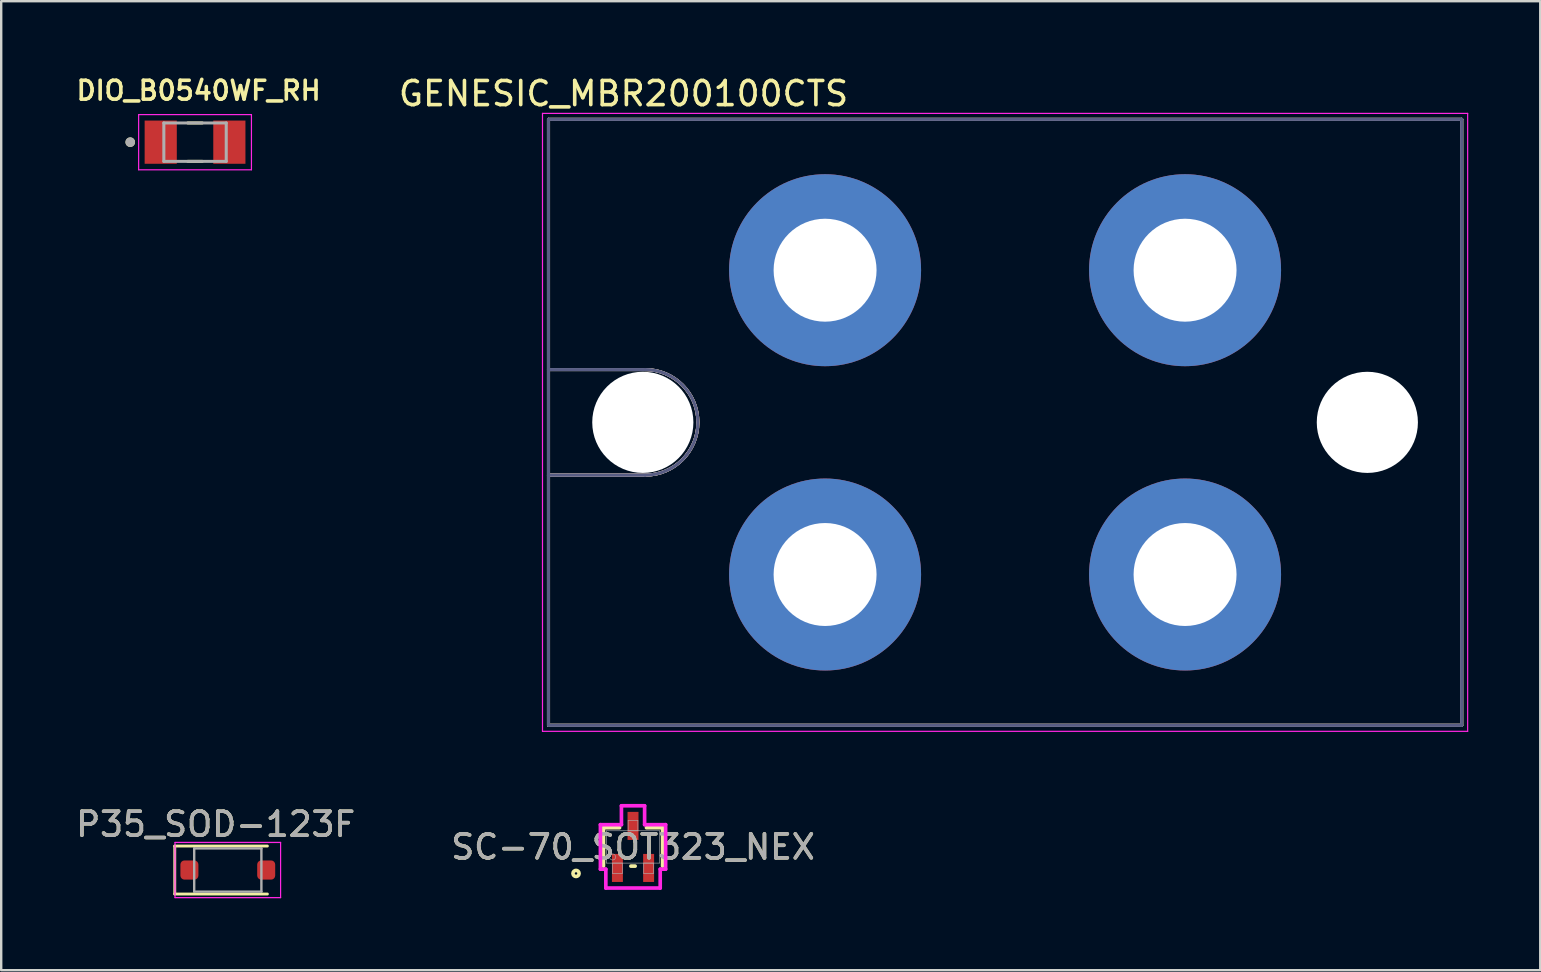
<source format=kicad_pcb>
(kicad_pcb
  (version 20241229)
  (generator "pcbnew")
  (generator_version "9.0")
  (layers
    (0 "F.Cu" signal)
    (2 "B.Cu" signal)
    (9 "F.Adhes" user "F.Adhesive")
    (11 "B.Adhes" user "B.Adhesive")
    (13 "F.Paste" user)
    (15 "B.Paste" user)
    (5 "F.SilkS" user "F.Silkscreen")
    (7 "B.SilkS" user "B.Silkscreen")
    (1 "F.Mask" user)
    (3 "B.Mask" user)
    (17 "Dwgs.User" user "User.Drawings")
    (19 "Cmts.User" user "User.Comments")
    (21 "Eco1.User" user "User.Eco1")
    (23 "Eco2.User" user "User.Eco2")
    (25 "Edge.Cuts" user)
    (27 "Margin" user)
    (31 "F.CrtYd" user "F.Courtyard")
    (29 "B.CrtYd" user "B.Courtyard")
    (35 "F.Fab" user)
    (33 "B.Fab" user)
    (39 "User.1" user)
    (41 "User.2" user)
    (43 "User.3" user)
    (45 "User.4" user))
  (footprint "DIO_B0540WF_RH"
    (layer "F.Cu")
    (at 5.077 2.874)
    (property "Reference" "DIO_B0540WF_RH" (at 0.15 -2.15 0) (layer "F.SilkS") (effects (font (size 0.787 0.787) (thickness 0.15))))
    (attr smd)
    (fp_line (start 0.3 -0.8) (end -0.3 -0.8) (stroke (width 0.127) (type solid)) (layer "F.SilkS"))
    (fp_line (start 0.3 0.8) (end -0.3 0.8) (stroke (width 0.127) (type solid)) (layer "F.SilkS"))
    (fp_circle (center -2.7 0) (end -2.6 0) (stroke (width 0.2) (type solid)) (fill no) (layer "F.SilkS"))
    (fp_line (start -2.35 -1.15) (end -2.35 1.15) (stroke (width 0.05) (type solid)) (layer "F.CrtYd"))
    (fp_line (start -2.35 1.15) (end 2.35 1.15) (stroke (width 0.05) (type solid)) (layer "F.CrtYd"))
    (fp_line (start 2.35 -1.15) (end -2.35 -1.15) (stroke (width 0.05) (type solid)) (layer "F.CrtYd"))
    (fp_line (start 2.35 1.15) (end 2.35 -1.15) (stroke (width 0.05) (type solid)) (layer "F.CrtYd"))
    (fp_line (start -1.3 -0.8) (end -1.3 0.8) (stroke (width 0.127) (type solid)) (layer "F.Fab"))
    (fp_line (start -1.3 0.8) (end 1.3 0.8) (stroke (width 0.127) (type solid)) (layer "F.Fab"))
    (fp_line (start 1.3 -0.8) (end -1.3 -0.8) (stroke (width 0.127) (type solid)) (layer "F.Fab"))
    (fp_line (start 1.3 0.8) (end 1.3 -0.8) (stroke (width 0.127) (type solid)) (layer "F.Fab"))
    (fp_circle (center -2.7 0) (end -2.6 0) (stroke (width 0.2) (type solid)) (fill no) (layer "F.Fab"))
    (pad "A" smd rect (at 1.43 0) (size 1.34 1.8) (layers "F.Cu" "F.Mask" "F.Paste"))
    (pad "C" smd rect (at -1.43 0) (size 1.34 1.8) (layers "F.Cu" "F.Mask" "F.Paste")))
  (footprint "P35_SOD-123F "
    (layer "F.Cu")
    (at 6.442 33.203)
    (property "Reference" "P35_SOD-123F " (at -0.127 -1.905 0) (layer "F.SilkS") (effects (font (size 1 1) (thickness 0.15))))
    (attr smd)
    (fp_line (start -2.21 -1) (end -2.21 1) (stroke (width 0.12) (type solid)) (layer "F.SilkS"))
    (fp_line (start -2.21 -1) (end 1.65 -1) (stroke (width 0.12) (type solid)) (layer "F.SilkS"))
    (fp_line (start -2.21 1) (end 1.65 1) (stroke (width 0.12) (type solid)) (layer "F.SilkS"))
    (fp_line (start -2.2 -1.15) (end -2.2 1.15) (stroke (width 0.05) (type solid)) (layer "F.CrtYd"))
    (fp_line (start -2.2 -1.15) (end 2.2 -1.15) (stroke (width 0.05) (type solid)) (layer "F.CrtYd"))
    (fp_line (start 2.2 -1.15) (end 2.2 1.15) (stroke (width 0.05) (type solid)) (layer "F.CrtYd"))
    (fp_line (start 2.2 1.15) (end -2.2 1.15) (stroke (width 0.05) (type solid)) (layer "F.CrtYd"))
    (fp_line (start -1.4 -0.9) (end 1.4 -0.9) (stroke (width 0.1) (type solid)) (layer "F.Fab"))
    (fp_line (start -1.4 0.9) (end -1.4 -0.9) (stroke (width 0.1) (type solid)) (layer "F.Fab"))
    (fp_line (start 1.4 -0.9) (end 1.4 0.9) (stroke (width 0.1) (type solid)) (layer "F.Fab"))
    (fp_line (start 1.4 0.9) (end -1.4 0.9) (stroke (width 0.1) (type solid)) (layer "F.Fab"))
    (fp_text user "${REFERENCE}" (at -0.127 -1.905 0) (layer "F.Fab") (effects (font (size 1 1) (thickness 0.15))))
    (pad "1" smd roundrect (at -1.6 0) (size 0.75 0.8) (layers "F.Cu" "F.Mask" "F.Paste") (roundrect_rratio 0.227))
    (pad "2" smd roundrect (at 1.6 0 180) (size 0.75 0.8) (layers "F.Cu" "F.Mask" "F.Paste") (roundrect_rratio 0.227)))
  (footprint "GENESIC_MBR200100CTS"
    (layer "F.Cu")
    (at 38.83 14.549)
    (property "Reference" "GENESIC_MBR200100CTS" (at -15.899 -13.698 0) (layer "F.SilkS") (effects (font (size 1.005 1.005) (thickness 0.15))))
    (attr through_hole)
    (fp_line (start -19.025 -12.625) (end 19.025 -12.625) (stroke (width 0.127) (type solid)) (layer "F.SilkS"))
    (fp_line (start -19.025 -2.2) (end -19.025 -12.625) (stroke (width 0.127) (type solid)) (layer "F.SilkS"))
    (fp_line (start -19.025 -2.2) (end -15 -2.2) (stroke (width 0.127) (type solid)) (layer "F.SilkS"))
    (fp_line (start -19.025 2.2) (end -19.025 -2.2) (stroke (width 0.127) (type solid)) (layer "F.SilkS"))
    (fp_line (start -19.025 2.2) (end -15 2.2) (stroke (width 0.127) (type solid)) (layer "F.SilkS"))
    (fp_line (start -19.025 12.625) (end -19.025 2.2) (stroke (width 0.127) (type solid)) (layer "F.SilkS"))
    (fp_line (start 19.025 -12.625) (end 19.025 12.625) (stroke (width 0.127) (type solid)) (layer "F.SilkS"))
    (fp_line (start 19.025 12.625) (end -19.025 12.625) (stroke (width 0.127) (type solid)) (layer "F.SilkS"))
    (fp_arc (start -15 -2.2) (mid -12.8 0) (end -15 2.2) (stroke (width 0.127) (type solid)) (layer "F.SilkS"))
    (fp_line (start -19.025 -12.625) (end 19.025 -12.625) (stroke (width 0.127) (type solid)) (layer "B.SilkS"))
    (fp_line (start -19.025 -2.2) (end -19.025 -12.625) (stroke (width 0.127) (type solid)) (layer "B.SilkS"))
    (fp_line (start -19.025 -2.2) (end -15 -2.2) (stroke (width 0.127) (type solid)) (layer "B.SilkS"))
    (fp_line (start -19.025 2.2) (end -19.025 -2.2) (stroke (width 0.127) (type solid)) (layer "B.SilkS"))
    (fp_line (start -19.025 2.2) (end -15 2.2) (stroke (width 0.127) (type solid)) (layer "B.SilkS"))
    (fp_line (start -19.025 12.625) (end -19.025 2.2) (stroke (width 0.127) (type solid)) (layer "B.SilkS"))
    (fp_line (start 19.025 -12.625) (end 19.025 12.625) (stroke (width 0.127) (type solid)) (layer "B.SilkS"))
    (fp_line (start 19.025 12.625) (end -19.025 12.625) (stroke (width 0.127) (type solid)) (layer "B.SilkS"))
    (fp_arc (start -15 -2.2) (mid -12.8 0) (end -15 2.2) (stroke (width 0.127) (type solid)) (layer "B.SilkS"))
    (fp_line (start -19.275 -12.875) (end 19.275 -12.875) (stroke (width 0.05) (type solid)) (layer "F.CrtYd"))
    (fp_line (start -19.275 12.875) (end -19.275 -12.875) (stroke (width 0.05) (type solid)) (layer "F.CrtYd"))
    (fp_line (start 19.275 -12.875) (end 19.275 12.875) (stroke (width 0.05) (type solid)) (layer "F.CrtYd"))
    (fp_line (start 19.275 12.875) (end -19.275 12.875) (stroke (width 0.05) (type solid)) (layer "F.CrtYd"))
    (fp_line (start -19.025 -12.625) (end 19.025 -12.625) (stroke (width 0.127) (type solid)) (layer "B.Fab"))
    (fp_line (start -19.025 -2.2) (end -19.025 -12.625) (stroke (width 0.127) (type solid)) (layer "B.Fab"))
    (fp_line (start -19.025 -2.2) (end -15 -2.2) (stroke (width 0.127) (type solid)) (layer "B.Fab"))
    (fp_line (start -19.025 2.2) (end -19.025 -2.2) (stroke (width 0.127) (type solid)) (layer "B.Fab"))
    (fp_line (start -19.025 2.2) (end -15 2.2) (stroke (width 0.127) (type solid)) (layer "B.Fab"))
    (fp_line (start -19.025 12.625) (end -19.025 2.2) (stroke (width 0.127) (type solid)) (layer "B.Fab"))
    (fp_line (start 19.025 -12.625) (end 19.025 12.625) (stroke (width 0.127) (type solid)) (layer "B.Fab"))
    (fp_line (start 19.025 12.625) (end -19.025 12.625) (stroke (width 0.127) (type solid)) (layer "B.Fab"))
    (fp_arc (start -15 -2.2) (mid -12.8 0) (end -15 2.2) (stroke (width 0.127) (type solid)) (layer "B.Fab"))
    (fp_line (start -19.025 -12.625) (end 19.025 -12.625) (stroke (width 0.127) (type solid)) (layer "F.Fab"))
    (fp_line (start -19.025 -2.2) (end -19.025 -12.625) (stroke (width 0.127) (type solid)) (layer "F.Fab"))
    (fp_line (start -19.025 -2.2) (end -15 -2.2) (stroke (width 0.127) (type solid)) (layer "F.Fab"))
    (fp_line (start -19.025 2.2) (end -19.025 -2.2) (stroke (width 0.127) (type solid)) (layer "F.Fab"))
    (fp_line (start -19.025 2.2) (end -15 2.2) (stroke (width 0.127) (type solid)) (layer "F.Fab"))
    (fp_line (start -19.025 12.625) (end -19.025 2.2) (stroke (width 0.127) (type solid)) (layer "F.Fab"))
    (fp_line (start 19.025 -12.625) (end 19.025 12.625) (stroke (width 0.127) (type solid)) (layer "F.Fab"))
    (fp_line (start 19.025 12.625) (end -19.025 12.625) (stroke (width 0.127) (type solid)) (layer "F.Fab"))
    (fp_arc (start -15 -2.2) (mid -12.8 0) (end -15 2.2) (stroke (width 0.127) (type solid)) (layer "F.Fab"))
    (pad "" np_thru_hole circle (at -15.095 0) (size 4.215 4.215) (drill 4.215) (layers "*.Cu" "*.Mask"))
    (pad "" np_thru_hole circle (at 15.095 0) (size 4.215 4.215) (drill 4.215) (layers "*.Cu" "*.Mask"))
    (pad "1" thru_hole circle (at 7.5 -6.34) (size 8 8) (drill 4.29) (layers "*.Cu" "*.Mask"))
    (pad "2" thru_hole circle (at -7.5 -6.34) (size 8 8) (drill 4.29) (layers "*.Cu" "*.Mask"))
    (pad "3" thru_hole circle (at 7.5 6.34) (size 8 8) (drill 4.29) (layers "*.Cu" "*.Mask"))
    (pad "4" thru_hole circle (at -7.5 6.34) (size 8 8) (drill 4.29) (layers "*.Cu" "*.Mask")))
  (footprint "SC-70_SOT323_NEX"
    (layer "F.Cu")
    (at 23.327 32.24)
    (property "Reference" "SC-70_SOT323_NEX" (at 0 0 0) (unlocked yes) (layer "F.SilkS") (effects (font (size 1 1) (thickness 0.15))))
    (attr smd)
    (fp_line (start -1.232 -0.8) (end -1.232 0.8) (stroke (width 0.152) (type solid)) (layer "F.SilkS"))
    (fp_line (start -0.561 -0.8) (end -1.232 -0.8) (stroke (width 0.152) (type solid)) (layer "F.SilkS"))
    (fp_line (start -0.089 0.8) (end 0.089 0.8) (stroke (width 0.152) (type solid)) (layer "F.SilkS"))
    (fp_line (start 1.232 -0.8) (end 0.561 -0.8) (stroke (width 0.152) (type solid)) (layer "F.SilkS"))
    (fp_line (start 1.232 0.8) (end 1.232 -0.8) (stroke (width 0.152) (type solid)) (layer "F.SilkS"))
    (fp_circle (center -2.375 1.105) (end -2.248 1.105) (stroke (width 0.152) (type solid)) (fill no) (layer "F.SilkS"))
    (fp_line (start -1.359 -0.927) (end -0.483 -0.927) (stroke (width 0.152) (type solid)) (layer "F.CrtYd"))
    (fp_line (start -1.359 0.927) (end -1.359 -0.927) (stroke (width 0.152) (type solid)) (layer "F.CrtYd"))
    (fp_line (start -1.359 0.927) (end -1.133 0.927) (stroke (width 0.152) (type solid)) (layer "F.CrtYd"))
    (fp_line (start -1.133 0.927) (end -1.133 1.714) (stroke (width 0.152) (type solid)) (layer "F.CrtYd"))
    (fp_line (start -1.133 1.714) (end 1.133 1.714) (stroke (width 0.152) (type solid)) (layer "F.CrtYd"))
    (fp_line (start -0.483 -1.714) (end 0.483 -1.714) (stroke (width 0.152) (type solid)) (layer "F.CrtYd"))
    (fp_line (start -0.483 -0.927) (end -0.483 -1.714) (stroke (width 0.152) (type solid)) (layer "F.CrtYd"))
    (fp_line (start 0.483 -0.927) (end 0.483 -1.714) (stroke (width 0.152) (type solid)) (layer "F.CrtYd"))
    (fp_line (start 1.133 0.927) (end 1.133 1.714) (stroke (width 0.152) (type solid)) (layer "F.CrtYd"))
    (fp_line (start 1.359 -0.927) (end 0.483 -0.927) (stroke (width 0.152) (type solid)) (layer "F.CrtYd"))
    (fp_line (start 1.359 -0.927) (end 1.359 0.927) (stroke (width 0.152) (type solid)) (layer "F.CrtYd"))
    (fp_line (start 1.359 0.927) (end 1.133 0.927) (stroke (width 0.152) (type solid)) (layer "F.CrtYd"))
    (fp_line (start -1.105 -0.673) (end -1.105 0.673) (stroke (width 0.025) (type solid)) (layer "F.Fab"))
    (fp_line (start -1.105 0.673) (end 1.105 0.673) (stroke (width 0.025) (type solid)) (layer "F.Fab"))
    (fp_line (start -0.853 0.673) (end -0.853 1.105) (stroke (width 0.025) (type solid)) (layer "F.Fab"))
    (fp_line (start -0.853 1.105) (end -0.447 1.105) (stroke (width 0.025) (type solid)) (layer "F.Fab"))
    (fp_line (start -0.447 0.673) (end -0.853 0.673) (stroke (width 0.025) (type solid)) (layer "F.Fab"))
    (fp_line (start -0.447 1.105) (end -0.447 0.673) (stroke (width 0.025) (type solid)) (layer "F.Fab"))
    (fp_line (start -0.203 -1.105) (end -0.203 -0.673) (stroke (width 0.025) (type solid)) (layer "F.Fab"))
    (fp_line (start -0.203 -0.673) (end 0.203 -0.673) (stroke (width 0.025) (type solid)) (layer "F.Fab"))
    (fp_line (start 0.203 -1.105) (end -0.203 -1.105) (stroke (width 0.025) (type solid)) (layer "F.Fab"))
    (fp_line (start 0.203 -0.673) (end 0.203 -1.105) (stroke (width 0.025) (type solid)) (layer "F.Fab"))
    (fp_line (start 0.447 0.673) (end 0.447 1.105) (stroke (width 0.025) (type solid)) (layer "F.Fab"))
    (fp_line (start 0.447 1.105) (end 0.853 1.105) (stroke (width 0.025) (type solid)) (layer "F.Fab"))
    (fp_line (start 0.853 0.673) (end 0.447 0.673) (stroke (width 0.025) (type solid)) (layer "F.Fab"))
    (fp_line (start 0.853 1.105) (end 0.853 0.673) (stroke (width 0.025) (type solid)) (layer "F.Fab"))
    (fp_line (start 1.105 -0.673) (end -1.105 -0.673) (stroke (width 0.025) (type solid)) (layer "F.Fab"))
    (fp_line (start 1.105 0.673) (end 1.105 -0.673) (stroke (width 0.025) (type solid)) (layer "F.Fab"))
    (fp_circle (center -0.851 0.419) (end -0.724 0.419) (stroke (width 0.025) (type solid)) (fill no) (layer "F.Fab"))
    (fp_text user "${REFERENCE}" (at 0 0 0) (unlocked yes) (layer "F.Fab") (effects (font (size 1 1) (thickness 0.15))))
    (pad "1" smd rect (at -0.65 0.876) (size 0.457 1.168) (layers "F.Cu" "F.Mask" "F.Paste"))
    (pad "2" smd rect (at 0.65 0.876) (size 0.457 1.168) (layers "F.Cu" "F.Mask" "F.Paste"))
    (pad "3" smd rect (at 0 -0.876) (size 0.457 1.168) (layers "F.Cu" "F.Mask" "F.Paste")))
  (gr_rect
    (start -3 -3)
    (end 61.13 37.378)
    (stroke (width 0.1) (type default))
    (fill no)
    (layer "Edge.Cuts")))
</source>
